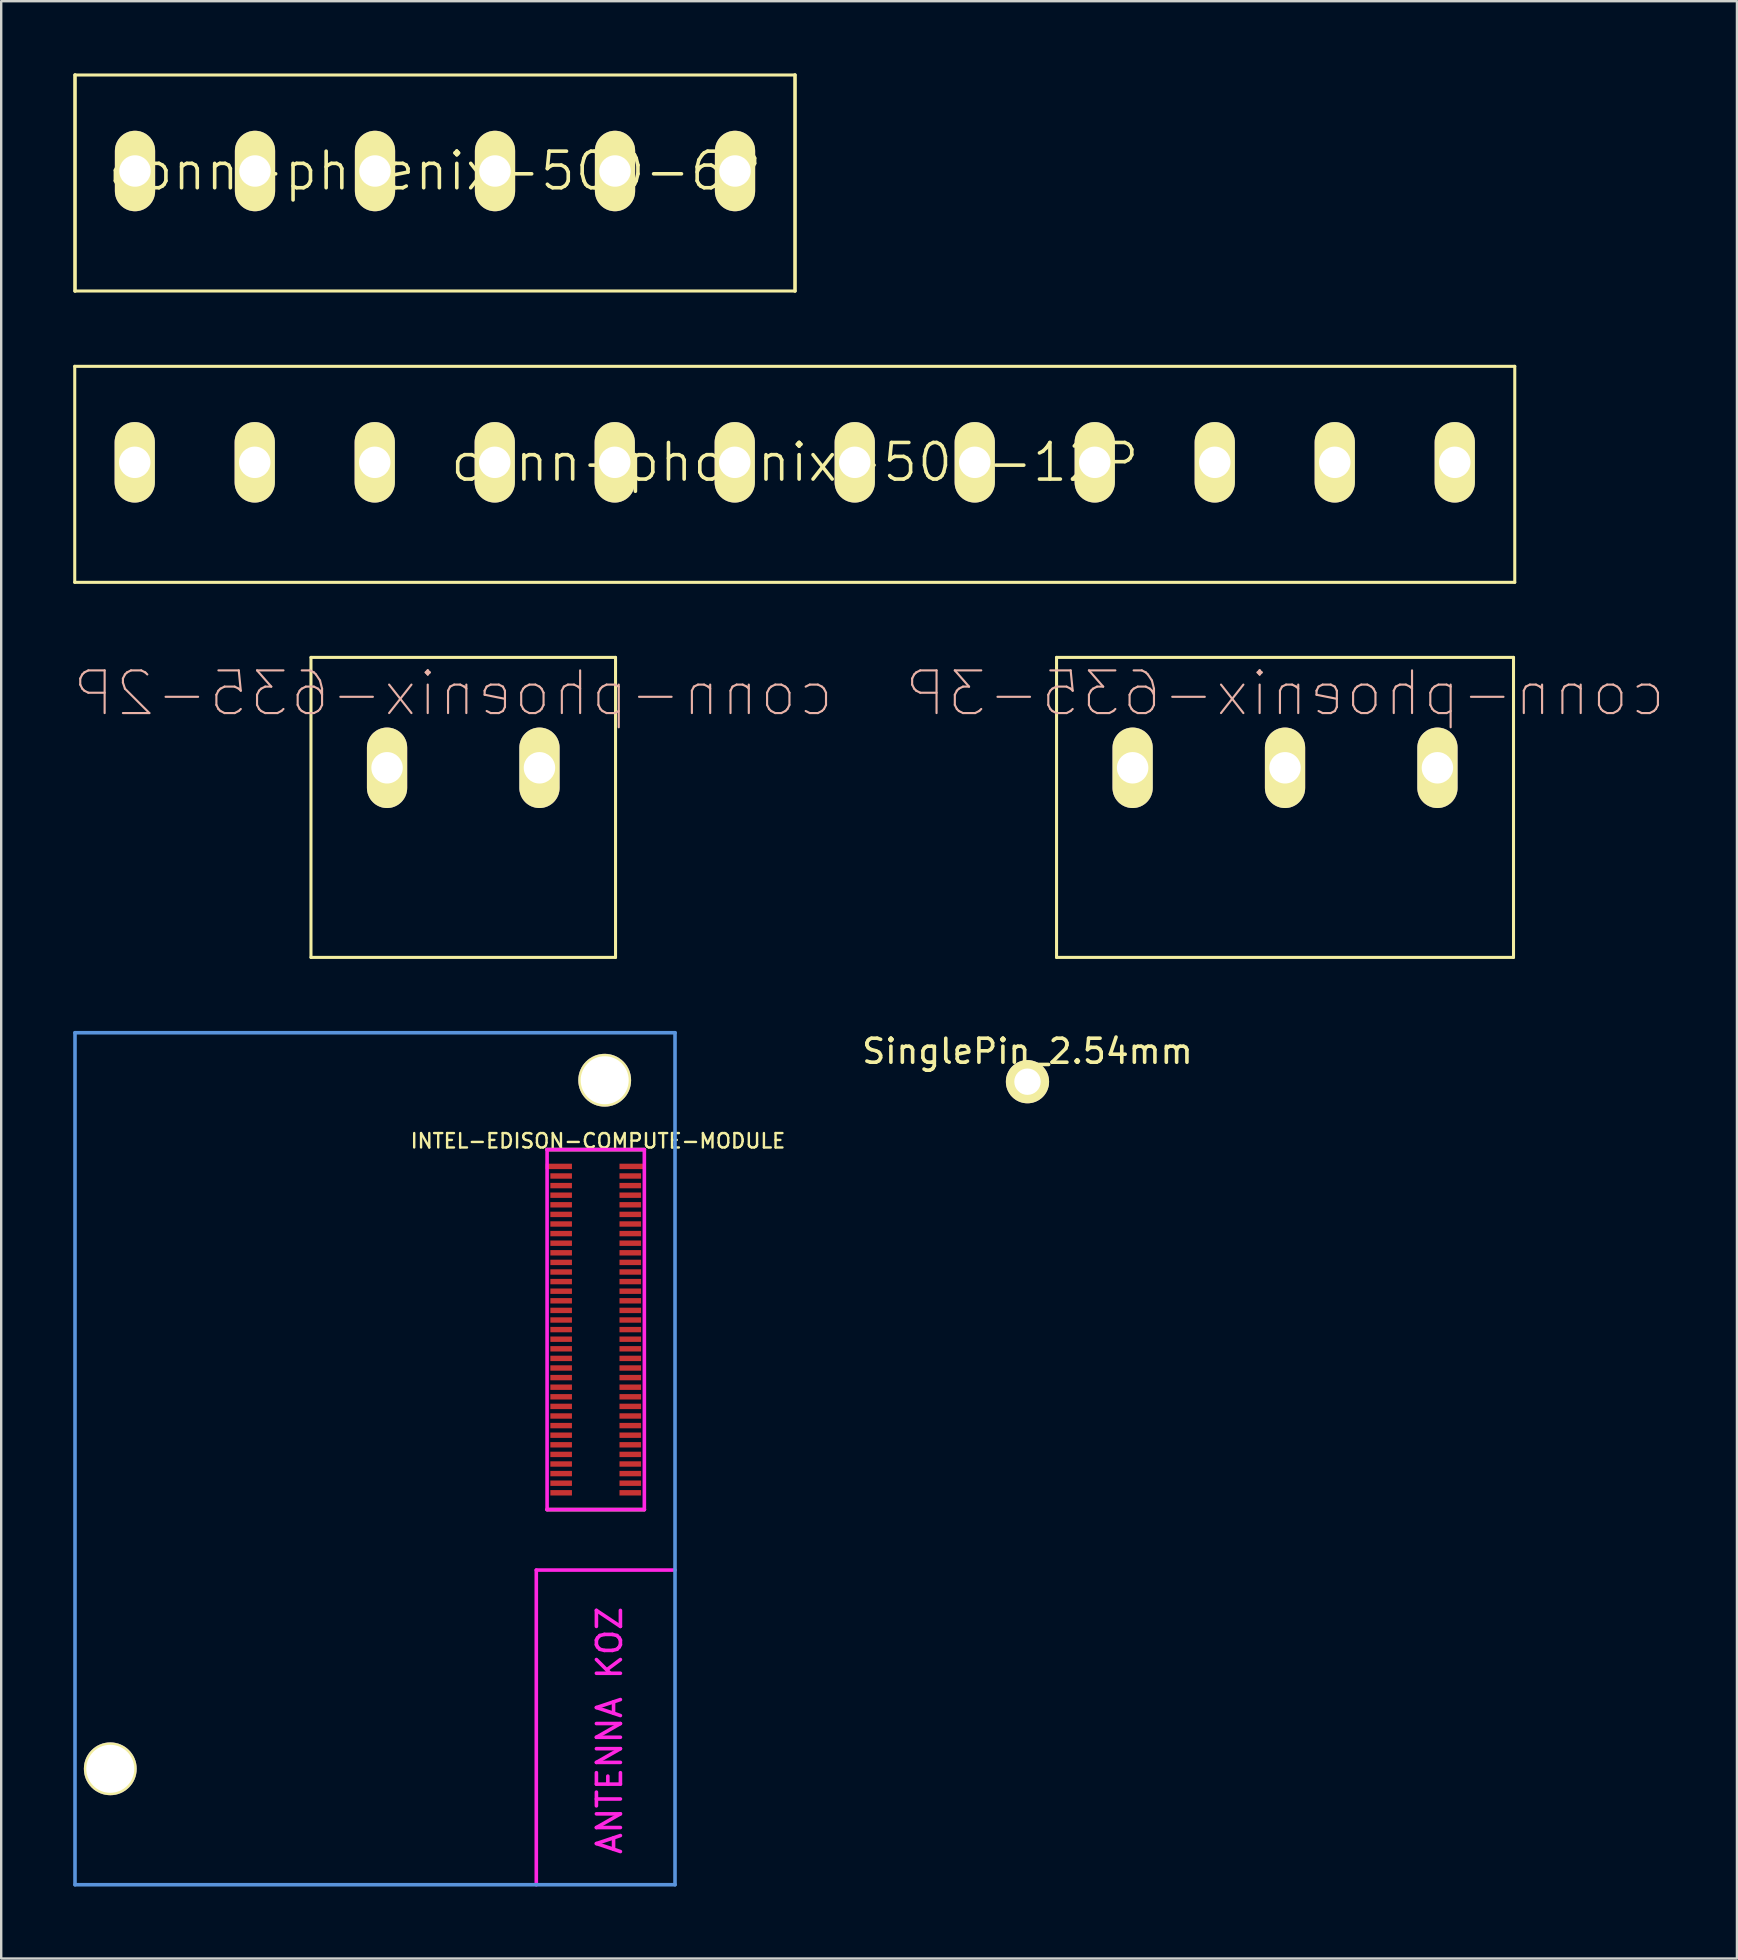
<source format=kicad_pcb>
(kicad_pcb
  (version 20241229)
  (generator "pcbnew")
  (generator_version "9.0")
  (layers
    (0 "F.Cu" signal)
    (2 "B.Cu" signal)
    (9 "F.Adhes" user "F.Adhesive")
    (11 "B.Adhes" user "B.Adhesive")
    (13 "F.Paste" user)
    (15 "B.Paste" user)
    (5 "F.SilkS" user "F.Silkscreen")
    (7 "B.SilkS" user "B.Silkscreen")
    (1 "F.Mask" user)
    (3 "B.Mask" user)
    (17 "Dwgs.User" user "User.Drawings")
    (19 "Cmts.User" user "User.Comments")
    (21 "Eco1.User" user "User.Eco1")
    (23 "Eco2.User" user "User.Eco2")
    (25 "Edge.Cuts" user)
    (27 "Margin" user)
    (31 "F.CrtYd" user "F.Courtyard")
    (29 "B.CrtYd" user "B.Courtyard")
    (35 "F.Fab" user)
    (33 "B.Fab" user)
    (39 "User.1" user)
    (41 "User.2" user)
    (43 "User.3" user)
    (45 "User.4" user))
  (footprint "conn-phoenix-500-6P"
    (layer "F.Cu")
    (at 15.075 4.075)
    (property "Reference" "conn-phoenix-500-6P" (at 0 0 0) (layer "F.SilkS") (effects (font (size 1.524 1.524) (thickness 0.15))))
    (attr exclude_from_pos_files exclude_from_bom)
    (fp_line (start -15 -4) (end -15 5) (stroke (width 0.15) (type solid)) (layer "F.SilkS"))
    (fp_line (start -15 -4) (end 15 -4) (stroke (width 0.127) (type solid)) (layer "F.SilkS"))
    (fp_line (start -15 5) (end 15 5) (stroke (width 0.127) (type solid)) (layer "F.SilkS"))
    (fp_line (start 15 -4) (end 15 5) (stroke (width 0.15) (type solid)) (layer "F.SilkS"))
    (pad "1" thru_hole oval (at -12.5 0) (size 1.676 3.353) (drill 1.31) (layers "*.Cu" "*.Mask" "F.SilkS"))
    (pad "2" thru_hole oval (at -7.5 0) (size 1.676 3.353) (drill 1.31) (layers "*.Cu" "*.Mask" "F.SilkS"))
    (pad "3" thru_hole oval (at -2.5 0) (size 1.676 3.353) (drill 1.31) (layers "*.Cu" "*.Mask" "F.SilkS"))
    (pad "4" thru_hole oval (at 2.5 0) (size 1.676 3.353) (drill 1.31) (layers "*.Cu" "*.Mask" "F.SilkS"))
    (pad "5" thru_hole oval (at 7.5 0) (size 1.676 3.353) (drill 1.31) (layers "*.Cu" "*.Mask" "F.SilkS"))
    (pad "6" thru_hole oval (at 12.5 0) (size 1.676 3.353) (drill 1.31) (layers "*.Cu" "*.Mask" "F.SilkS")))
  (footprint "conn-phoenix-500-12P"
    (layer "F.Cu")
    (at 30.064 16.213)
    (property "Reference" "conn-phoenix-500-12P" (at 0 0 0) (layer "F.SilkS") (effects (font (size 1.524 1.524) (thickness 0.15))))
    (attr exclude_from_pos_files exclude_from_bom)
    (fp_line (start -30 -4) (end 30 -4) (stroke (width 0.127) (type solid)) (layer "F.SilkS"))
    (fp_line (start -30 5) (end -30 -4) (stroke (width 0.127) (type solid)) (layer "F.SilkS"))
    (fp_line (start -30 5) (end 30 5) (stroke (width 0.127) (type solid)) (layer "F.SilkS"))
    (fp_line (start 30 5) (end 30 -4) (stroke (width 0.127) (type solid)) (layer "F.SilkS"))
    (pad "1" thru_hole oval (at -27.5 0) (size 1.676 3.353) (drill 1.31) (layers "*.Cu" "*.Mask" "F.SilkS"))
    (pad "2" thru_hole oval (at -22.5 0) (size 1.676 3.353) (drill 1.31) (layers "*.Cu" "*.Mask" "F.SilkS"))
    (pad "3" thru_hole oval (at -17.5 0) (size 1.676 3.353) (drill 1.31) (layers "*.Cu" "*.Mask" "F.SilkS"))
    (pad "4" thru_hole oval (at -12.5 0) (size 1.676 3.353) (drill 1.31) (layers "*.Cu" "*.Mask" "F.SilkS"))
    (pad "5" thru_hole oval (at -7.5 0) (size 1.676 3.353) (drill 1.31) (layers "*.Cu" "*.Mask" "F.SilkS"))
    (pad "6" thru_hole oval (at -2.5 0) (size 1.676 3.353) (drill 1.31) (layers "*.Cu" "*.Mask" "F.SilkS"))
    (pad "7" thru_hole oval (at 2.5 0) (size 1.676 3.353) (drill 1.31) (layers "*.Cu" "*.Mask" "F.SilkS"))
    (pad "8" thru_hole oval (at 7.5 0) (size 1.676 3.353) (drill 1.31) (layers "*.Cu" "*.Mask" "F.SilkS"))
    (pad "9" thru_hole oval (at 12.5 0) (size 1.676 3.353) (drill 1.31) (layers "*.Cu" "*.Mask" "F.SilkS"))
    (pad "10" thru_hole oval (at 17.5 0) (size 1.676 3.353) (drill 1.31) (layers "*.Cu" "*.Mask" "F.SilkS"))
    (pad "11" thru_hole oval (at 22.5 0) (size 1.676 3.353) (drill 1.31) (layers "*.Cu" "*.Mask" "F.SilkS"))
    (pad "12" thru_hole oval (at 27.5 0) (size 1.676 3.353) (drill 1.31) (layers "*.Cu" "*.Mask" "F.SilkS")))
  (footprint "INTEL-EDISON-COMPUTE-MODULE"
    (layer "F.Cu")
    (at 1.545 70.649)
    (property "Reference" "INTEL-EDISON-COMPUTE-MODULE" (at 20.32 -26.162 0) (layer "F.SilkS") (effects (font (size 0.6 0.6) (thickness 0.1))))
    (attr through_hole)
    (fp_line (start 18.2 -25.8) (end 22.252 -25.8) (stroke (width 0.15) (type solid)) (layer "F.SilkS"))
    (fp_line (start 18.2 -10.8) (end 22.252 -10.8) (stroke (width 0.15) (type solid)) (layer "F.SilkS"))
    (fp_line (start -1.47 -30.67) (end 23.53 -30.67) (stroke (width 0.15) (type solid)) (layer "Cmts.User"))
    (fp_line (start -1.47 4.83) (end -1.47 -30.67) (stroke (width 0.15) (type solid)) (layer "Cmts.User"))
    (fp_line (start 23.53 -30.67) (end 23.53 4.83) (stroke (width 0.15) (type solid)) (layer "Cmts.User"))
    (fp_line (start 23.53 4.83) (end -1.47 4.83) (stroke (width 0.15) (type solid)) (layer "Cmts.User"))
    (fp_line (start 17.75 -8.28) (end 17.75 4.83) (stroke (width 0.15) (type solid)) (layer "F.CrtYd"))
    (fp_line (start 18.2 -25.8) (end 22.252 -25.8) (stroke (width 0.15) (type solid)) (layer "F.CrtYd"))
    (fp_line (start 18.2 -10.8) (end 18.2 -25.8) (stroke (width 0.15) (type solid)) (layer "F.CrtYd"))
    (fp_line (start 22.252 -25.8) (end 22.252 -10.8) (stroke (width 0.15) (type solid)) (layer "F.CrtYd"))
    (fp_line (start 22.252 -10.8) (end 18.2 -10.8) (stroke (width 0.15) (type solid)) (layer "F.CrtYd"))
    (fp_line (start 23.53 -8.28) (end 17.75 -8.28) (stroke (width 0.15) (type solid)) (layer "F.CrtYd"))
    (fp_text user "ANTENNA KOZ" (at 20.8 -1.6 90) (layer "F.CrtYd") (effects (font (size 1 1) (thickness 0.15))))
    (pad "" thru_hole circle (at 0 0) (size 2.2 2.2) (drill 2) (layers "*.Cu" "*.Mask" "F.SilkS"))
    (pad "" thru_hole circle (at 20.6 -28.69) (size 2.2 2.2) (drill 2) (layers "*.Cu" "*.Mask" "F.SilkS"))
    (pad "1" smd rect (at 21.666 -11.5) (size 0.9 0.225) (layers "F.Cu" "F.Mask" "F.Paste"))
    (pad "2" smd rect (at 18.786 -11.5) (size 0.9 0.225) (layers "F.Cu" "F.Mask" "F.Paste"))
    (pad "3" smd rect (at 21.666 -11.9) (size 0.9 0.225) (layers "F.Cu" "F.Mask" "F.Paste"))
    (pad "4" smd rect (at 18.786 -11.9) (size 0.9 0.225) (layers "F.Cu" "F.Mask" "F.Paste"))
    (pad "5" smd rect (at 21.666 -12.3) (size 0.9 0.225) (layers "F.Cu" "F.Mask" "F.Paste"))
    (pad "6" smd rect (at 18.786 -12.3) (size 0.9 0.225) (layers "F.Cu" "F.Mask" "F.Paste"))
    (pad "7" smd rect (at 21.666 -12.7) (size 0.9 0.225) (layers "F.Cu" "F.Mask" "F.Paste"))
    (pad "8" smd rect (at 18.786 -12.7) (size 0.9 0.225) (layers "F.Cu" "F.Mask" "F.Paste"))
    (pad "9" smd rect (at 21.666 -13.1) (size 0.9 0.225) (layers "F.Cu" "F.Mask" "F.Paste"))
    (pad "10" smd rect (at 18.786 -13.1) (size 0.9 0.225) (layers "F.Cu" "F.Mask" "F.Paste"))
    (pad "11" smd rect (at 21.666 -13.5) (size 0.9 0.225) (layers "F.Cu" "F.Mask" "F.Paste"))
    (pad "12" smd rect (at 18.786 -13.5) (size 0.9 0.225) (layers "F.Cu" "F.Mask" "F.Paste"))
    (pad "13" smd rect (at 21.666 -13.9) (size 0.9 0.225) (layers "F.Cu" "F.Mask" "F.Paste"))
    (pad "14" smd rect (at 18.786 -13.9) (size 0.9 0.225) (layers "F.Cu" "F.Mask" "F.Paste"))
    (pad "15" smd rect (at 21.666 -14.3) (size 0.9 0.225) (layers "F.Cu" "F.Mask" "F.Paste"))
    (pad "16" smd rect (at 18.786 -14.3) (size 0.9 0.225) (layers "F.Cu" "F.Mask" "F.Paste"))
    (pad "17" smd rect (at 21.666 -14.7) (size 0.9 0.225) (layers "F.Cu" "F.Mask" "F.Paste"))
    (pad "18" smd rect (at 18.786 -14.7) (size 0.9 0.225) (layers "F.Cu" "F.Mask" "F.Paste"))
    (pad "19" smd rect (at 21.666 -15.1) (size 0.9 0.225) (layers "F.Cu" "F.Mask" "F.Paste"))
    (pad "20" smd rect (at 18.786 -15.1) (size 0.9 0.225) (layers "F.Cu" "F.Mask" "F.Paste"))
    (pad "21" smd rect (at 21.666 -15.5) (size 0.9 0.225) (layers "F.Cu" "F.Mask" "F.Paste"))
    (pad "22" smd rect (at 18.786 -15.5) (size 0.9 0.225) (layers "F.Cu" "F.Mask" "F.Paste"))
    (pad "23" smd rect (at 21.666 -15.9) (size 0.9 0.225) (layers "F.Cu" "F.Mask" "F.Paste"))
    (pad "24" smd rect (at 18.786 -15.9) (size 0.9 0.225) (layers "F.Cu" "F.Mask" "F.Paste"))
    (pad "25" smd rect (at 21.666 -16.3) (size 0.9 0.225) (layers "F.Cu" "F.Mask" "F.Paste"))
    (pad "26" smd rect (at 18.786 -16.3) (size 0.9 0.225) (layers "F.Cu" "F.Mask" "F.Paste"))
    (pad "27" smd rect (at 21.666 -16.7) (size 0.9 0.225) (layers "F.Cu" "F.Mask" "F.Paste"))
    (pad "28" smd rect (at 18.786 -16.7) (size 0.9 0.225) (layers "F.Cu" "F.Mask" "F.Paste"))
    (pad "29" smd rect (at 21.666 -17.1) (size 0.9 0.225) (layers "F.Cu" "F.Mask" "F.Paste"))
    (pad "30" smd rect (at 18.786 -17.1) (size 0.9 0.225) (layers "F.Cu" "F.Mask" "F.Paste"))
    (pad "31" smd rect (at 21.666 -17.5) (size 0.9 0.225) (layers "F.Cu" "F.Mask" "F.Paste"))
    (pad "32" smd rect (at 18.786 -17.5) (size 0.9 0.225) (layers "F.Cu" "F.Mask" "F.Paste"))
    (pad "33" smd rect (at 21.666 -17.9) (size 0.9 0.225) (layers "F.Cu" "F.Mask" "F.Paste"))
    (pad "34" smd rect (at 18.786 -17.9) (size 0.9 0.225) (layers "F.Cu" "F.Mask" "F.Paste"))
    (pad "35" smd rect (at 21.666 -18.3) (size 0.9 0.225) (layers "F.Cu" "F.Mask" "F.Paste"))
    (pad "36" smd rect (at 18.786 -18.3) (size 0.9 0.225) (layers "F.Cu" "F.Mask" "F.Paste"))
    (pad "37" smd rect (at 21.666 -18.7) (size 0.9 0.225) (layers "F.Cu" "F.Mask" "F.Paste"))
    (pad "38" smd rect (at 18.786 -18.7) (size 0.9 0.225) (layers "F.Cu" "F.Mask" "F.Paste"))
    (pad "39" smd rect (at 21.666 -19.1) (size 0.9 0.225) (layers "F.Cu" "F.Mask" "F.Paste"))
    (pad "40" smd rect (at 18.786 -19.1) (size 0.9 0.225) (layers "F.Cu" "F.Mask" "F.Paste"))
    (pad "41" smd rect (at 21.666 -19.5) (size 0.9 0.225) (layers "F.Cu" "F.Mask" "F.Paste"))
    (pad "42" smd rect (at 18.786 -19.5) (size 0.9 0.225) (layers "F.Cu" "F.Mask" "F.Paste"))
    (pad "43" smd rect (at 21.666 -19.9) (size 0.9 0.225) (layers "F.Cu" "F.Mask" "F.Paste"))
    (pad "44" smd rect (at 18.786 -19.9) (size 0.9 0.225) (layers "F.Cu" "F.Mask" "F.Paste"))
    (pad "45" smd rect (at 21.666 -20.3) (size 0.9 0.225) (layers "F.Cu" "F.Mask" "F.Paste"))
    (pad "46" smd rect (at 18.786 -20.3) (size 0.9 0.225) (layers "F.Cu" "F.Mask" "F.Paste"))
    (pad "47" smd rect (at 21.666 -20.7) (size 0.9 0.225) (layers "F.Cu" "F.Mask" "F.Paste"))
    (pad "48" smd rect (at 18.786 -20.7) (size 0.9 0.225) (layers "F.Cu" "F.Mask" "F.Paste"))
    (pad "49" smd rect (at 21.666 -21.1) (size 0.9 0.225) (layers "F.Cu" "F.Mask" "F.Paste"))
    (pad "50" smd rect (at 18.786 -21.1) (size 0.9 0.225) (layers "F.Cu" "F.Mask" "F.Paste"))
    (pad "51" smd rect (at 21.666 -21.5) (size 0.9 0.225) (layers "F.Cu" "F.Mask" "F.Paste"))
    (pad "52" smd rect (at 18.786 -21.5) (size 0.9 0.225) (layers "F.Cu" "F.Mask" "F.Paste"))
    (pad "53" smd rect (at 21.666 -21.9) (size 0.9 0.225) (layers "F.Cu" "F.Mask" "F.Paste"))
    (pad "54" smd rect (at 18.786 -21.9) (size 0.9 0.225) (layers "F.Cu" "F.Mask" "F.Paste"))
    (pad "55" smd rect (at 21.666 -22.3) (size 0.9 0.225) (layers "F.Cu" "F.Mask" "F.Paste"))
    (pad "56" smd rect (at 18.786 -22.3) (size 0.9 0.225) (layers "F.Cu" "F.Mask" "F.Paste"))
    (pad "57" smd rect (at 21.666 -22.7) (size 0.9 0.225) (layers "F.Cu" "F.Mask" "F.Paste"))
    (pad "58" smd rect (at 18.786 -22.7) (size 0.9 0.225) (layers "F.Cu" "F.Mask" "F.Paste"))
    (pad "59" smd rect (at 21.666 -23.1) (size 0.9 0.225) (layers "F.Cu" "F.Mask" "F.Paste"))
    (pad "60" smd rect (at 18.786 -23.1) (size 0.9 0.225) (layers "F.Cu" "F.Mask" "F.Paste"))
    (pad "61" smd rect (at 21.666 -23.5) (size 0.9 0.225) (layers "F.Cu" "F.Mask" "F.Paste"))
    (pad "62" smd rect (at 18.786 -23.5) (size 0.9 0.225) (layers "F.Cu" "F.Mask" "F.Paste"))
    (pad "63" smd rect (at 21.666 -23.9) (size 0.9 0.225) (layers "F.Cu" "F.Mask" "F.Paste"))
    (pad "64" smd rect (at 18.786 -23.9) (size 0.9 0.225) (layers "F.Cu" "F.Mask" "F.Paste"))
    (pad "65" smd rect (at 21.666 -24.3) (size 0.9 0.225) (layers "F.Cu" "F.Mask" "F.Paste"))
    (pad "66" smd rect (at 18.786 -24.3) (size 0.9 0.225) (layers "F.Cu" "F.Mask" "F.Paste"))
    (pad "67" smd rect (at 21.666 -24.7) (size 0.9 0.225) (layers "F.Cu" "F.Mask" "F.Paste"))
    (pad "68" smd rect (at 18.786 -24.7) (size 0.9 0.225) (layers "F.Cu" "F.Mask" "F.Paste"))
    (pad "69" smd rect (at 21.766 -25.1) (size 1.1 0.225) (layers "F.Cu" "F.Mask" "F.Paste"))
    (pad "70" smd rect (at 18.686 -25.1) (size 1.1 0.225) (layers "F.Cu" "F.Mask" "F.Paste")))
  (footprint "conn-phoenix-635-3P"
    (layer "F.Cu")
    (at 50.492 28.941)
    (property "Reference" "conn-phoenix-635-3P" (at 0 -3.099 0) (layer "B.SilkS") (effects (font (size 1.778 1.778) (thickness 0.089)) (justify mirror)))
    (attr exclude_from_pos_files exclude_from_bom)
    (fp_line (start -9.52 -4.6) (end 9.52 -4.6) (stroke (width 0.127) (type solid)) (layer "F.SilkS"))
    (fp_line (start -9.52 7.9) (end -9.52 -4.6) (stroke (width 0.127) (type solid)) (layer "F.SilkS"))
    (fp_line (start -9.52 7.9) (end 9.52 7.9) (stroke (width 0.127) (type solid)) (layer "F.SilkS"))
    (fp_line (start 9.52 -4.6) (end 9.52 7.9) (stroke (width 0.127) (type solid)) (layer "F.SilkS"))
    (pad "1" thru_hole oval (at -6.35 0) (size 1.676 3.353) (drill 1.31) (layers "*.Cu" "*.Mask" "F.SilkS"))
    (pad "2" thru_hole oval (at 0 0) (size 1.676 3.353) (drill 1.31) (layers "*.Cu" "*.Mask" "F.SilkS"))
    (pad "3" thru_hole oval (at 6.35 0) (size 1.676 3.353) (drill 1.31) (layers "*.Cu" "*.Mask" "F.SilkS")))
  (footprint "SinglePin_2.54mm"
    (layer "F.Cu")
    (at 39.761 42.02)
    (property "Reference" "SinglePin_2.54mm" (at 0 -1.267 0) (layer "F.SilkS") (effects (font (size 1 1) (thickness 0.15))))
    (attr through_hole)
    (fp_circle (center 0 0) (end -0.254 -0.762) (stroke (width 0.15) (type solid)) (fill no) (layer "F.SilkS"))
    (pad "1" thru_hole circle (at 0 0) (size 1.8 1.8) (drill 1.1) (layers "*.Cu" "*.Mask" "F.SilkS")))
  (footprint "conn-phoenix-635-2P"
    (layer "F.Cu")
    (at 13.077 28.941)
    (property "Reference" "conn-phoenix-635-2P" (at 2.753 -3.099 0) (layer "B.SilkS") (effects (font (size 1.778 1.778) (thickness 0.089)) (justify mirror)))
    (attr exclude_from_pos_files exclude_from_bom)
    (fp_line (start -3.17 -4.6) (end 9.52 -4.6) (stroke (width 0.127) (type solid)) (layer "F.SilkS"))
    (fp_line (start -3.17 7.9) (end -3.17 -4.6) (stroke (width 0.127) (type solid)) (layer "F.SilkS"))
    (fp_line (start 9.52 -4.6) (end 9.52 7.9) (stroke (width 0.127) (type solid)) (layer "F.SilkS"))
    (fp_line (start 9.52 7.9) (end -3.17 7.9) (stroke (width 0.127) (type solid)) (layer "F.SilkS"))
    (pad "1" thru_hole oval (at 0 0) (size 1.676 3.353) (drill 1.31) (layers "*.Cu" "*.Mask" "F.SilkS"))
    (pad "2" thru_hole oval (at 6.35 0) (size 1.676 3.353) (drill 1.31) (layers "*.Cu" "*.Mask" "F.SilkS")))
  (gr_rect
    (start -3 -3)
    (end 69.322 78.554)
    (stroke (width 0.1) (type default))
    (fill no)
    (layer "Edge.Cuts")))
</source>
